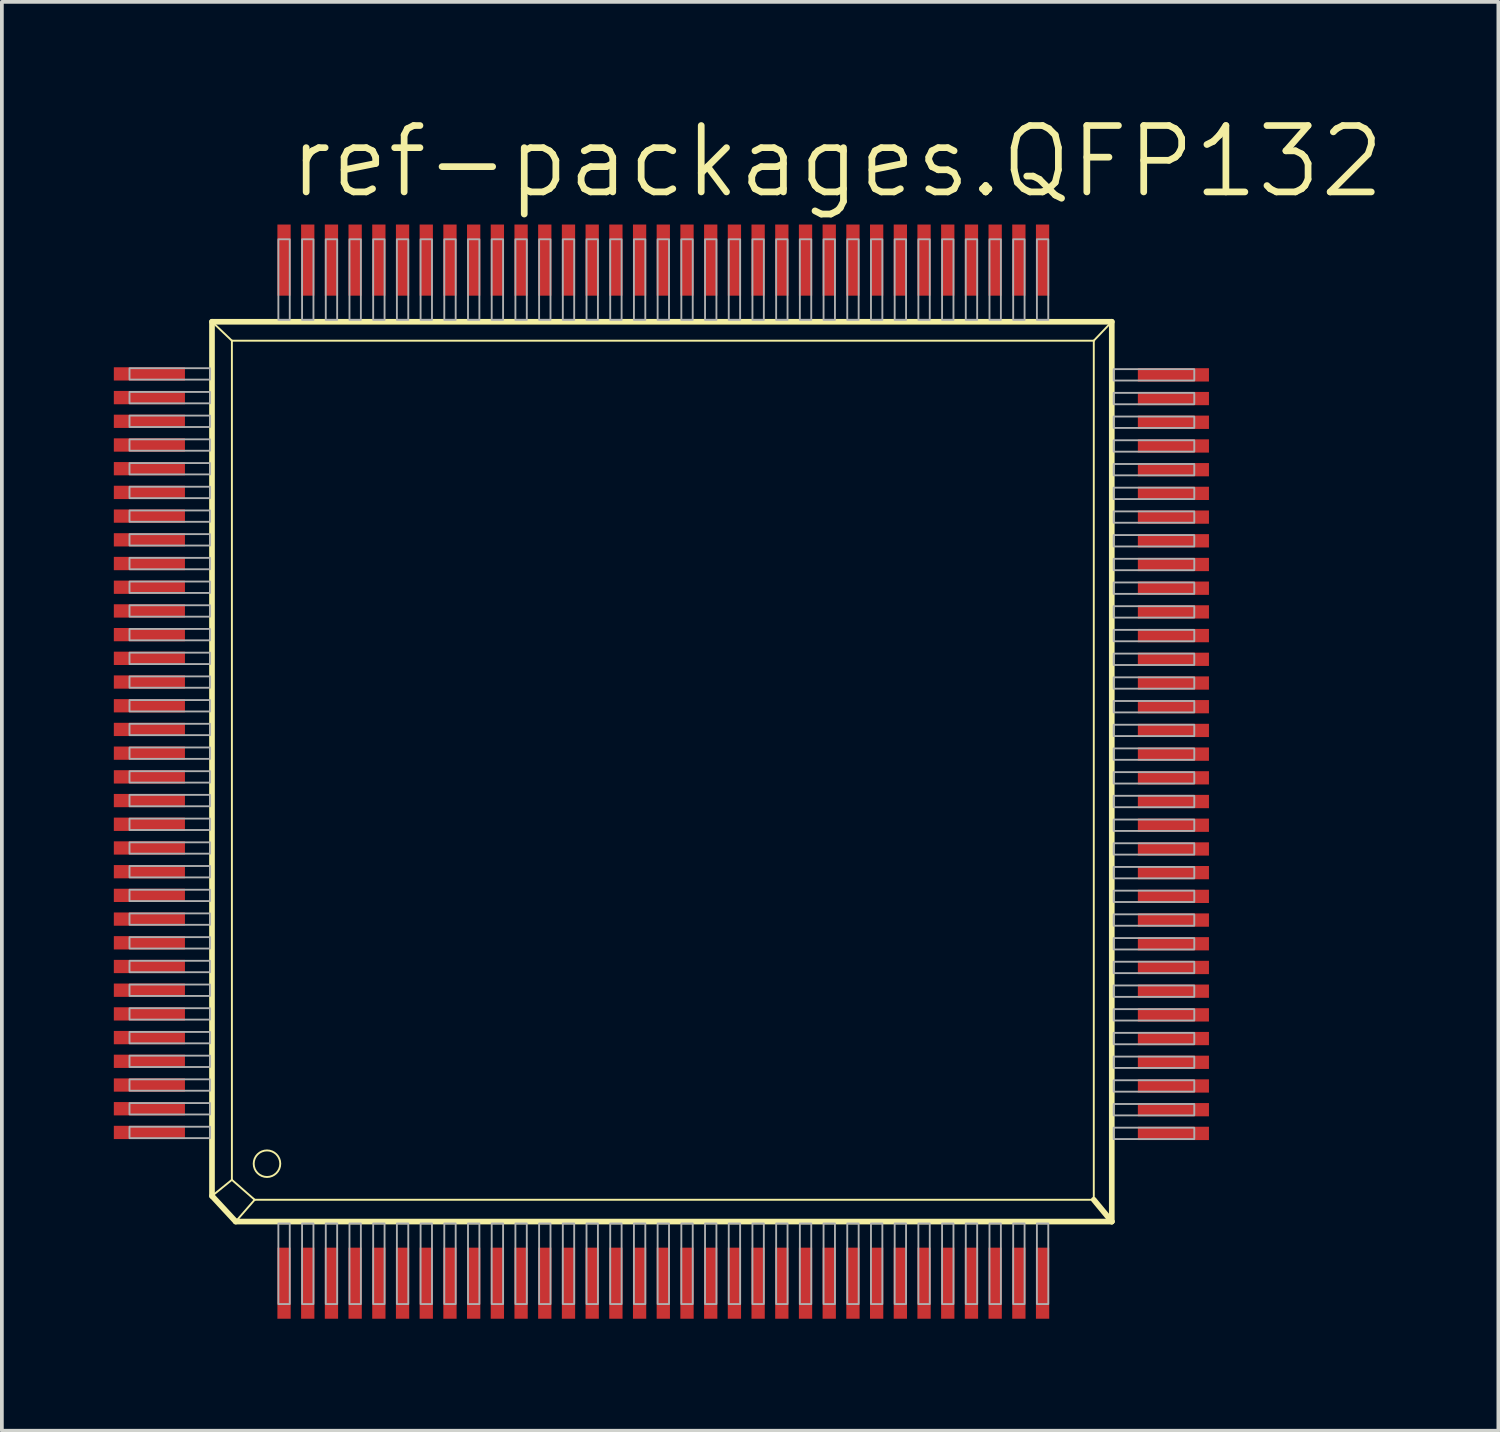
<source format=kicad_pcb>
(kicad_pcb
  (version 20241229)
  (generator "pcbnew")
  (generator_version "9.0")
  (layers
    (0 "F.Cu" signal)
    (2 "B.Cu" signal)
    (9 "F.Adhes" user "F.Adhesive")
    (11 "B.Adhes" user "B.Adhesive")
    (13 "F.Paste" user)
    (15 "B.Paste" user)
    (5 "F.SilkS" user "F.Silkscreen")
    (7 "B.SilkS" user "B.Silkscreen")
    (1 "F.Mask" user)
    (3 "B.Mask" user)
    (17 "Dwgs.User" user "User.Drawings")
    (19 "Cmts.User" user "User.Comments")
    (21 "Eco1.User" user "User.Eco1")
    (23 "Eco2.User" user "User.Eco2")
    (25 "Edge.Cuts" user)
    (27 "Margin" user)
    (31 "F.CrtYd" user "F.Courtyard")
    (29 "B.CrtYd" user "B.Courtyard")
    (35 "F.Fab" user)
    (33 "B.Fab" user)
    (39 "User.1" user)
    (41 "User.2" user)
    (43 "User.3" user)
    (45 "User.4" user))
  (footprint "ref-packages.QFP132"
    (layer "F.Cu")
    (at 14.77 17.685)
    (property "Reference" "ref-packages.QFP132" (at -10.16 -15.367 0) (layer "F.SilkS") (effects (font (size 1.778 1.778) (thickness 0.18)) (justify left bottom)))
    (attr smd)
    (fp_line (start -12.141 -12.116) (end -11.608 -11.608) (stroke (width 0.051) (type default)) (layer "F.SilkS"))
    (fp_line (start -12.141 11.303) (end -12.141 -12.116) (stroke (width 0.152) (type default)) (layer "F.SilkS"))
    (fp_line (start -12.141 11.303) (end -11.608 10.871) (stroke (width 0.051) (type default)) (layer "F.SilkS"))
    (fp_line (start -12.141 11.303) (end -11.506 11.989) (stroke (width 0.152) (type default)) (layer "F.SilkS"))
    (fp_line (start -11.608 -11.608) (end -11.608 10.871) (stroke (width 0.051) (type default)) (layer "F.SilkS"))
    (fp_line (start -11.608 -11.608) (end 11.481 -11.608) (stroke (width 0.051) (type default)) (layer "F.SilkS"))
    (fp_line (start -11.506 11.989) (end -10.998 11.405) (stroke (width 0.051) (type default)) (layer "F.SilkS"))
    (fp_line (start -11.506 11.989) (end 11.963 11.989) (stroke (width 0.152) (type default)) (layer "F.SilkS"))
    (fp_line (start -10.998 11.405) (end -11.608 10.871) (stroke (width 0.051) (type default)) (layer "F.SilkS"))
    (fp_line (start -10.998 11.405) (end 11.481 11.405) (stroke (width 0.051) (type default)) (layer "F.SilkS"))
    (fp_line (start 11.481 11.405) (end 11.481 -11.608) (stroke (width 0.051) (type default)) (layer "F.SilkS"))
    (fp_line (start 11.963 -12.116) (end -12.141 -12.116) (stroke (width 0.152) (type default)) (layer "F.SilkS"))
    (fp_line (start 11.963 -12.116) (end 11.481 -11.608) (stroke (width 0.051) (type default)) (layer "F.SilkS"))
    (fp_line (start 11.963 11.989) (end 11.481 11.405) (stroke (width 0.152) (type default)) (layer "F.SilkS"))
    (fp_line (start 11.963 11.989) (end 11.963 -12.116) (stroke (width 0.152) (type default)) (layer "F.SilkS"))
    (fp_circle (center -10.668 10.439) (end -10.312 10.439) (stroke (width 0.051) (type default)) (fill no) (layer "F.SilkS"))
    (fp_rect (start -14.351 -10.566) (end -12.192 -10.871) (stroke (width 0.05) (type default)) (fill no) (layer "F.Fab"))
    (fp_rect (start -14.351 -9.931) (end -12.192 -10.236) (stroke (width 0.05) (type default)) (fill no) (layer "F.Fab"))
    (fp_rect (start -14.351 -9.296) (end -12.192 -9.601) (stroke (width 0.05) (type default)) (fill no) (layer "F.Fab"))
    (fp_rect (start -14.351 -8.661) (end -12.192 -8.966) (stroke (width 0.05) (type default)) (fill no) (layer "F.Fab"))
    (fp_rect (start -14.351 -8.026) (end -12.192 -8.331) (stroke (width 0.05) (type default)) (fill no) (layer "F.Fab"))
    (fp_rect (start -14.351 -7.391) (end -12.192 -7.696) (stroke (width 0.05) (type default)) (fill no) (layer "F.Fab"))
    (fp_rect (start -14.351 -6.756) (end -12.192 -7.061) (stroke (width 0.05) (type default)) (fill no) (layer "F.Fab"))
    (fp_rect (start -14.351 -6.121) (end -12.192 -6.426) (stroke (width 0.05) (type default)) (fill no) (layer "F.Fab"))
    (fp_rect (start -14.351 -5.486) (end -12.192 -5.791) (stroke (width 0.05) (type default)) (fill no) (layer "F.Fab"))
    (fp_rect (start -14.351 -4.851) (end -12.192 -5.156) (stroke (width 0.05) (type default)) (fill no) (layer "F.Fab"))
    (fp_rect (start -14.351 -4.216) (end -12.192 -4.521) (stroke (width 0.05) (type default)) (fill no) (layer "F.Fab"))
    (fp_rect (start -14.351 -3.581) (end -12.192 -3.886) (stroke (width 0.05) (type default)) (fill no) (layer "F.Fab"))
    (fp_rect (start -14.351 -2.946) (end -12.192 -3.251) (stroke (width 0.05) (type default)) (fill no) (layer "F.Fab"))
    (fp_rect (start -14.351 -2.311) (end -12.192 -2.616) (stroke (width 0.05) (type default)) (fill no) (layer "F.Fab"))
    (fp_rect (start -14.351 -1.676) (end -12.192 -1.981) (stroke (width 0.05) (type default)) (fill no) (layer "F.Fab"))
    (fp_rect (start -14.351 -1.041) (end -12.192 -1.346) (stroke (width 0.05) (type default)) (fill no) (layer "F.Fab"))
    (fp_rect (start -14.351 -0.406) (end -12.192 -0.711) (stroke (width 0.05) (type default)) (fill no) (layer "F.Fab"))
    (fp_rect (start -14.351 0.229) (end -12.192 -0.076) (stroke (width 0.05) (type default)) (fill no) (layer "F.Fab"))
    (fp_rect (start -14.351 0.864) (end -12.192 0.559) (stroke (width 0.05) (type default)) (fill no) (layer "F.Fab"))
    (fp_rect (start -14.351 1.499) (end -12.192 1.194) (stroke (width 0.05) (type default)) (fill no) (layer "F.Fab"))
    (fp_rect (start -14.351 2.134) (end -12.192 1.829) (stroke (width 0.05) (type default)) (fill no) (layer "F.Fab"))
    (fp_rect (start -14.351 2.769) (end -12.192 2.464) (stroke (width 0.05) (type default)) (fill no) (layer "F.Fab"))
    (fp_rect (start -14.351 3.404) (end -12.192 3.099) (stroke (width 0.05) (type default)) (fill no) (layer "F.Fab"))
    (fp_rect (start -14.351 4.039) (end -12.192 3.734) (stroke (width 0.05) (type default)) (fill no) (layer "F.Fab"))
    (fp_rect (start -14.351 4.674) (end -12.192 4.369) (stroke (width 0.05) (type default)) (fill no) (layer "F.Fab"))
    (fp_rect (start -14.351 5.309) (end -12.192 5.004) (stroke (width 0.05) (type default)) (fill no) (layer "F.Fab"))
    (fp_rect (start -14.351 5.944) (end -12.192 5.639) (stroke (width 0.05) (type default)) (fill no) (layer "F.Fab"))
    (fp_rect (start -14.351 6.579) (end -12.192 6.274) (stroke (width 0.05) (type default)) (fill no) (layer "F.Fab"))
    (fp_rect (start -14.351 7.214) (end -12.192 6.909) (stroke (width 0.05) (type default)) (fill no) (layer "F.Fab"))
    (fp_rect (start -14.351 7.849) (end -12.192 7.544) (stroke (width 0.05) (type default)) (fill no) (layer "F.Fab"))
    (fp_rect (start -14.351 8.484) (end -12.192 8.179) (stroke (width 0.05) (type default)) (fill no) (layer "F.Fab"))
    (fp_rect (start -14.351 9.119) (end -12.192 8.814) (stroke (width 0.05) (type default)) (fill no) (layer "F.Fab"))
    (fp_rect (start -14.351 9.754) (end -12.192 9.449) (stroke (width 0.05) (type default)) (fill no) (layer "F.Fab"))
    (fp_rect (start -10.363 -12.167) (end -10.058 -14.326) (stroke (width 0.05) (type default)) (fill no) (layer "F.Fab"))
    (fp_rect (start -10.363 14.199) (end -10.058 12.04) (stroke (width 0.05) (type default)) (fill no) (layer "F.Fab"))
    (fp_rect (start -9.728 -12.167) (end -9.423 -14.326) (stroke (width 0.05) (type default)) (fill no) (layer "F.Fab"))
    (fp_rect (start -9.728 14.199) (end -9.423 12.04) (stroke (width 0.05) (type default)) (fill no) (layer "F.Fab"))
    (fp_rect (start -9.093 -12.167) (end -8.788 -14.326) (stroke (width 0.05) (type default)) (fill no) (layer "F.Fab"))
    (fp_rect (start -9.093 14.199) (end -8.788 12.04) (stroke (width 0.05) (type default)) (fill no) (layer "F.Fab"))
    (fp_rect (start -8.458 -12.167) (end -8.153 -14.326) (stroke (width 0.05) (type default)) (fill no) (layer "F.Fab"))
    (fp_rect (start -8.458 14.199) (end -8.153 12.04) (stroke (width 0.05) (type default)) (fill no) (layer "F.Fab"))
    (fp_rect (start -7.823 -12.167) (end -7.518 -14.326) (stroke (width 0.05) (type default)) (fill no) (layer "F.Fab"))
    (fp_rect (start -7.823 14.199) (end -7.518 12.04) (stroke (width 0.05) (type default)) (fill no) (layer "F.Fab"))
    (fp_rect (start -7.188 -12.167) (end -6.883 -14.326) (stroke (width 0.05) (type default)) (fill no) (layer "F.Fab"))
    (fp_rect (start -7.188 14.199) (end -6.883 12.04) (stroke (width 0.05) (type default)) (fill no) (layer "F.Fab"))
    (fp_rect (start -6.553 -12.167) (end -6.248 -14.326) (stroke (width 0.05) (type default)) (fill no) (layer "F.Fab"))
    (fp_rect (start -6.553 14.199) (end -6.248 12.04) (stroke (width 0.05) (type default)) (fill no) (layer "F.Fab"))
    (fp_rect (start -5.918 -12.167) (end -5.613 -14.326) (stroke (width 0.05) (type default)) (fill no) (layer "F.Fab"))
    (fp_rect (start -5.918 14.199) (end -5.613 12.04) (stroke (width 0.05) (type default)) (fill no) (layer "F.Fab"))
    (fp_rect (start -5.283 -12.167) (end -4.978 -14.326) (stroke (width 0.05) (type default)) (fill no) (layer "F.Fab"))
    (fp_rect (start -5.283 14.199) (end -4.978 12.04) (stroke (width 0.05) (type default)) (fill no) (layer "F.Fab"))
    (fp_rect (start -4.648 -12.167) (end -4.343 -14.326) (stroke (width 0.05) (type default)) (fill no) (layer "F.Fab"))
    (fp_rect (start -4.648 14.199) (end -4.343 12.04) (stroke (width 0.05) (type default)) (fill no) (layer "F.Fab"))
    (fp_rect (start -4.013 -12.167) (end -3.708 -14.326) (stroke (width 0.05) (type default)) (fill no) (layer "F.Fab"))
    (fp_rect (start -4.013 14.199) (end -3.708 12.04) (stroke (width 0.05) (type default)) (fill no) (layer "F.Fab"))
    (fp_rect (start -3.378 -12.167) (end -3.073 -14.326) (stroke (width 0.05) (type default)) (fill no) (layer "F.Fab"))
    (fp_rect (start -3.378 14.199) (end -3.073 12.04) (stroke (width 0.05) (type default)) (fill no) (layer "F.Fab"))
    (fp_rect (start -2.743 -12.167) (end -2.438 -14.326) (stroke (width 0.05) (type default)) (fill no) (layer "F.Fab"))
    (fp_rect (start -2.743 14.199) (end -2.438 12.04) (stroke (width 0.05) (type default)) (fill no) (layer "F.Fab"))
    (fp_rect (start -2.108 -12.167) (end -1.803 -14.326) (stroke (width 0.05) (type default)) (fill no) (layer "F.Fab"))
    (fp_rect (start -2.108 14.199) (end -1.803 12.04) (stroke (width 0.05) (type default)) (fill no) (layer "F.Fab"))
    (fp_rect (start -1.473 -12.167) (end -1.168 -14.326) (stroke (width 0.05) (type default)) (fill no) (layer "F.Fab"))
    (fp_rect (start -1.473 14.199) (end -1.168 12.04) (stroke (width 0.05) (type default)) (fill no) (layer "F.Fab"))
    (fp_rect (start -0.838 -12.167) (end -0.533 -14.326) (stroke (width 0.05) (type default)) (fill no) (layer "F.Fab"))
    (fp_rect (start -0.838 14.199) (end -0.533 12.04) (stroke (width 0.05) (type default)) (fill no) (layer "F.Fab"))
    (fp_rect (start -0.203 -12.167) (end 0.102 -14.326) (stroke (width 0.05) (type default)) (fill no) (layer "F.Fab"))
    (fp_rect (start -0.203 14.199) (end 0.102 12.04) (stroke (width 0.05) (type default)) (fill no) (layer "F.Fab"))
    (fp_rect (start 0.432 -12.167) (end 0.737 -14.326) (stroke (width 0.05) (type default)) (fill no) (layer "F.Fab"))
    (fp_rect (start 0.432 14.199) (end 0.737 12.04) (stroke (width 0.05) (type default)) (fill no) (layer "F.Fab"))
    (fp_rect (start 1.067 -12.167) (end 1.372 -14.326) (stroke (width 0.05) (type default)) (fill no) (layer "F.Fab"))
    (fp_rect (start 1.067 14.199) (end 1.372 12.04) (stroke (width 0.05) (type default)) (fill no) (layer "F.Fab"))
    (fp_rect (start 1.702 -12.167) (end 2.007 -14.326) (stroke (width 0.05) (type default)) (fill no) (layer "F.Fab"))
    (fp_rect (start 1.702 14.199) (end 2.007 12.04) (stroke (width 0.05) (type default)) (fill no) (layer "F.Fab"))
    (fp_rect (start 2.337 -12.167) (end 2.642 -14.326) (stroke (width 0.05) (type default)) (fill no) (layer "F.Fab"))
    (fp_rect (start 2.337 14.199) (end 2.642 12.04) (stroke (width 0.05) (type default)) (fill no) (layer "F.Fab"))
    (fp_rect (start 2.972 -12.167) (end 3.277 -14.326) (stroke (width 0.05) (type default)) (fill no) (layer "F.Fab"))
    (fp_rect (start 2.972 14.199) (end 3.277 12.04) (stroke (width 0.05) (type default)) (fill no) (layer "F.Fab"))
    (fp_rect (start 3.607 -12.167) (end 3.912 -14.326) (stroke (width 0.05) (type default)) (fill no) (layer "F.Fab"))
    (fp_rect (start 3.607 14.199) (end 3.912 12.04) (stroke (width 0.05) (type default)) (fill no) (layer "F.Fab"))
    (fp_rect (start 4.242 -12.167) (end 4.547 -14.326) (stroke (width 0.05) (type default)) (fill no) (layer "F.Fab"))
    (fp_rect (start 4.242 14.199) (end 4.547 12.04) (stroke (width 0.05) (type default)) (fill no) (layer "F.Fab"))
    (fp_rect (start 4.877 -12.167) (end 5.182 -14.326) (stroke (width 0.05) (type default)) (fill no) (layer "F.Fab"))
    (fp_rect (start 4.877 14.199) (end 5.182 12.04) (stroke (width 0.05) (type default)) (fill no) (layer "F.Fab"))
    (fp_rect (start 5.512 -12.167) (end 5.817 -14.326) (stroke (width 0.05) (type default)) (fill no) (layer "F.Fab"))
    (fp_rect (start 5.512 14.199) (end 5.817 12.04) (stroke (width 0.05) (type default)) (fill no) (layer "F.Fab"))
    (fp_rect (start 6.147 -12.167) (end 6.452 -14.326) (stroke (width 0.05) (type default)) (fill no) (layer "F.Fab"))
    (fp_rect (start 6.147 14.199) (end 6.452 12.04) (stroke (width 0.05) (type default)) (fill no) (layer "F.Fab"))
    (fp_rect (start 6.782 -12.167) (end 7.087 -14.326) (stroke (width 0.05) (type default)) (fill no) (layer "F.Fab"))
    (fp_rect (start 6.782 14.199) (end 7.087 12.04) (stroke (width 0.05) (type default)) (fill no) (layer "F.Fab"))
    (fp_rect (start 7.417 -12.167) (end 7.722 -14.326) (stroke (width 0.05) (type default)) (fill no) (layer "F.Fab"))
    (fp_rect (start 7.417 14.199) (end 7.722 12.04) (stroke (width 0.05) (type default)) (fill no) (layer "F.Fab"))
    (fp_rect (start 8.052 -12.167) (end 8.357 -14.326) (stroke (width 0.05) (type default)) (fill no) (layer "F.Fab"))
    (fp_rect (start 8.052 14.199) (end 8.357 12.04) (stroke (width 0.05) (type default)) (fill no) (layer "F.Fab"))
    (fp_rect (start 8.687 -12.167) (end 8.992 -14.326) (stroke (width 0.05) (type default)) (fill no) (layer "F.Fab"))
    (fp_rect (start 8.687 14.199) (end 8.992 12.04) (stroke (width 0.05) (type default)) (fill no) (layer "F.Fab"))
    (fp_rect (start 9.322 -12.167) (end 9.627 -14.326) (stroke (width 0.05) (type default)) (fill no) (layer "F.Fab"))
    (fp_rect (start 9.322 14.199) (end 9.627 12.04) (stroke (width 0.05) (type default)) (fill no) (layer "F.Fab"))
    (fp_rect (start 9.957 -12.167) (end 10.262 -14.326) (stroke (width 0.05) (type default)) (fill no) (layer "F.Fab"))
    (fp_rect (start 9.957 14.199) (end 10.262 12.04) (stroke (width 0.05) (type default)) (fill no) (layer "F.Fab"))
    (fp_rect (start 12.014 -10.541) (end 14.173 -10.846) (stroke (width 0.05) (type default)) (fill no) (layer "F.Fab"))
    (fp_rect (start 12.014 -9.906) (end 14.173 -10.211) (stroke (width 0.05) (type default)) (fill no) (layer "F.Fab"))
    (fp_rect (start 12.014 -9.271) (end 14.173 -9.576) (stroke (width 0.05) (type default)) (fill no) (layer "F.Fab"))
    (fp_rect (start 12.014 -8.636) (end 14.173 -8.941) (stroke (width 0.05) (type default)) (fill no) (layer "F.Fab"))
    (fp_rect (start 12.014 -8.001) (end 14.173 -8.306) (stroke (width 0.05) (type default)) (fill no) (layer "F.Fab"))
    (fp_rect (start 12.014 -7.366) (end 14.173 -7.671) (stroke (width 0.05) (type default)) (fill no) (layer "F.Fab"))
    (fp_rect (start 12.014 -6.731) (end 14.173 -7.036) (stroke (width 0.05) (type default)) (fill no) (layer "F.Fab"))
    (fp_rect (start 12.014 -6.096) (end 14.173 -6.401) (stroke (width 0.05) (type default)) (fill no) (layer "F.Fab"))
    (fp_rect (start 12.014 -5.461) (end 14.173 -5.766) (stroke (width 0.05) (type default)) (fill no) (layer "F.Fab"))
    (fp_rect (start 12.014 -4.826) (end 14.173 -5.131) (stroke (width 0.05) (type default)) (fill no) (layer "F.Fab"))
    (fp_rect (start 12.014 -4.191) (end 14.173 -4.496) (stroke (width 0.05) (type default)) (fill no) (layer "F.Fab"))
    (fp_rect (start 12.014 -3.556) (end 14.173 -3.861) (stroke (width 0.05) (type default)) (fill no) (layer "F.Fab"))
    (fp_rect (start 12.014 -2.921) (end 14.173 -3.226) (stroke (width 0.05) (type default)) (fill no) (layer "F.Fab"))
    (fp_rect (start 12.014 -2.286) (end 14.173 -2.591) (stroke (width 0.05) (type default)) (fill no) (layer "F.Fab"))
    (fp_rect (start 12.014 -1.651) (end 14.173 -1.956) (stroke (width 0.05) (type default)) (fill no) (layer "F.Fab"))
    (fp_rect (start 12.014 -1.016) (end 14.173 -1.321) (stroke (width 0.05) (type default)) (fill no) (layer "F.Fab"))
    (fp_rect (start 12.014 -0.381) (end 14.173 -0.686) (stroke (width 0.05) (type default)) (fill no) (layer "F.Fab"))
    (fp_rect (start 12.014 0.254) (end 14.173 -0.051) (stroke (width 0.05) (type default)) (fill no) (layer "F.Fab"))
    (fp_rect (start 12.014 0.889) (end 14.173 0.584) (stroke (width 0.05) (type default)) (fill no) (layer "F.Fab"))
    (fp_rect (start 12.014 1.524) (end 14.173 1.219) (stroke (width 0.05) (type default)) (fill no) (layer "F.Fab"))
    (fp_rect (start 12.014 2.159) (end 14.173 1.854) (stroke (width 0.05) (type default)) (fill no) (layer "F.Fab"))
    (fp_rect (start 12.014 2.794) (end 14.173 2.489) (stroke (width 0.05) (type default)) (fill no) (layer "F.Fab"))
    (fp_rect (start 12.014 3.429) (end 14.173 3.124) (stroke (width 0.05) (type default)) (fill no) (layer "F.Fab"))
    (fp_rect (start 12.014 4.064) (end 14.173 3.759) (stroke (width 0.05) (type default)) (fill no) (layer "F.Fab"))
    (fp_rect (start 12.014 4.699) (end 14.173 4.394) (stroke (width 0.05) (type default)) (fill no) (layer "F.Fab"))
    (fp_rect (start 12.014 5.334) (end 14.173 5.029) (stroke (width 0.05) (type default)) (fill no) (layer "F.Fab"))
    (fp_rect (start 12.014 5.969) (end 14.173 5.664) (stroke (width 0.05) (type default)) (fill no) (layer "F.Fab"))
    (fp_rect (start 12.014 6.604) (end 14.173 6.299) (stroke (width 0.05) (type default)) (fill no) (layer "F.Fab"))
    (fp_rect (start 12.014 7.239) (end 14.173 6.934) (stroke (width 0.05) (type default)) (fill no) (layer "F.Fab"))
    (fp_rect (start 12.014 7.874) (end 14.173 7.569) (stroke (width 0.05) (type default)) (fill no) (layer "F.Fab"))
    (fp_rect (start 12.014 8.509) (end 14.173 8.204) (stroke (width 0.05) (type default)) (fill no) (layer "F.Fab"))
    (fp_rect (start 12.014 9.144) (end 14.173 8.839) (stroke (width 0.05) (type default)) (fill no) (layer "F.Fab"))
    (fp_rect (start 12.014 9.779) (end 14.173 9.474) (stroke (width 0.05) (type default)) (fill no) (layer "F.Fab"))
    (pad "1" smd roundrect (at -10.211 13.64) (size 0.356 1.905) (layers "F.Cu" "F.Mask" "F.Paste") (roundrect_rratio 0.01))
    (pad "2" smd roundrect (at -9.576 13.64) (size 0.356 1.905) (layers "F.Cu" "F.Mask" "F.Paste") (roundrect_rratio 0.01))
    (pad "3" smd roundrect (at -8.941 13.64) (size 0.356 1.905) (layers "F.Cu" "F.Mask" "F.Paste") (roundrect_rratio 0.01))
    (pad "4" smd roundrect (at -8.306 13.64) (size 0.356 1.905) (layers "F.Cu" "F.Mask" "F.Paste") (roundrect_rratio 0.01))
    (pad "5" smd roundrect (at -7.671 13.64) (size 0.356 1.905) (layers "F.Cu" "F.Mask" "F.Paste") (roundrect_rratio 0.01))
    (pad "6" smd roundrect (at -7.036 13.64) (size 0.356 1.905) (layers "F.Cu" "F.Mask" "F.Paste") (roundrect_rratio 0.01))
    (pad "7" smd roundrect (at -6.401 13.64) (size 0.356 1.905) (layers "F.Cu" "F.Mask" "F.Paste") (roundrect_rratio 0.01))
    (pad "8" smd roundrect (at -5.766 13.64) (size 0.356 1.905) (layers "F.Cu" "F.Mask" "F.Paste") (roundrect_rratio 0.01))
    (pad "9" smd roundrect (at -5.131 13.64) (size 0.356 1.905) (layers "F.Cu" "F.Mask" "F.Paste") (roundrect_rratio 0.01))
    (pad "10" smd roundrect (at -4.496 13.64) (size 0.356 1.905) (layers "F.Cu" "F.Mask" "F.Paste") (roundrect_rratio 0.01))
    (pad "11" smd roundrect (at -3.861 13.64) (size 0.356 1.905) (layers "F.Cu" "F.Mask" "F.Paste") (roundrect_rratio 0.01))
    (pad "12" smd roundrect (at -3.226 13.64) (size 0.356 1.905) (layers "F.Cu" "F.Mask" "F.Paste") (roundrect_rratio 0.01))
    (pad "13" smd roundrect (at -2.591 13.64) (size 0.356 1.905) (layers "F.Cu" "F.Mask" "F.Paste") (roundrect_rratio 0.01))
    (pad "14" smd roundrect (at -1.956 13.64) (size 0.356 1.905) (layers "F.Cu" "F.Mask" "F.Paste") (roundrect_rratio 0.01))
    (pad "15" smd roundrect (at -1.321 13.64) (size 0.356 1.905) (layers "F.Cu" "F.Mask" "F.Paste") (roundrect_rratio 0.01))
    (pad "16" smd roundrect (at -0.686 13.64) (size 0.356 1.905) (layers "F.Cu" "F.Mask" "F.Paste") (roundrect_rratio 0.01))
    (pad "17" smd roundrect (at -0.051 13.64) (size 0.356 1.905) (layers "F.Cu" "F.Mask" "F.Paste") (roundrect_rratio 0.01))
    (pad "18" smd roundrect (at 0.584 13.64) (size 0.356 1.905) (layers "F.Cu" "F.Mask" "F.Paste") (roundrect_rratio 0.01))
    (pad "19" smd roundrect (at 1.219 13.64) (size 0.356 1.905) (layers "F.Cu" "F.Mask" "F.Paste") (roundrect_rratio 0.01))
    (pad "20" smd roundrect (at 1.854 13.64) (size 0.356 1.905) (layers "F.Cu" "F.Mask" "F.Paste") (roundrect_rratio 0.01))
    (pad "21" smd roundrect (at 2.489 13.64) (size 0.356 1.905) (layers "F.Cu" "F.Mask" "F.Paste") (roundrect_rratio 0.01))
    (pad "22" smd roundrect (at 3.124 13.64) (size 0.356 1.905) (layers "F.Cu" "F.Mask" "F.Paste") (roundrect_rratio 0.01))
    (pad "23" smd roundrect (at 3.759 13.64) (size 0.356 1.905) (layers "F.Cu" "F.Mask" "F.Paste") (roundrect_rratio 0.01))
    (pad "24" smd roundrect (at 4.394 13.64) (size 0.356 1.905) (layers "F.Cu" "F.Mask" "F.Paste") (roundrect_rratio 0.01))
    (pad "25" smd roundrect (at 5.029 13.64) (size 0.356 1.905) (layers "F.Cu" "F.Mask" "F.Paste") (roundrect_rratio 0.01))
    (pad "26" smd roundrect (at 5.664 13.64) (size 0.356 1.905) (layers "F.Cu" "F.Mask" "F.Paste") (roundrect_rratio 0.01))
    (pad "27" smd roundrect (at 6.299 13.64) (size 0.356 1.905) (layers "F.Cu" "F.Mask" "F.Paste") (roundrect_rratio 0.01))
    (pad "28" smd roundrect (at 6.934 13.64) (size 0.356 1.905) (layers "F.Cu" "F.Mask" "F.Paste") (roundrect_rratio 0.01))
    (pad "29" smd roundrect (at 7.569 13.64) (size 0.356 1.905) (layers "F.Cu" "F.Mask" "F.Paste") (roundrect_rratio 0.01))
    (pad "30" smd roundrect (at 8.204 13.64) (size 0.356 1.905) (layers "F.Cu" "F.Mask" "F.Paste") (roundrect_rratio 0.01))
    (pad "31" smd roundrect (at 8.839 13.64) (size 0.356 1.905) (layers "F.Cu" "F.Mask" "F.Paste") (roundrect_rratio 0.01))
    (pad "32" smd roundrect (at 9.474 13.64) (size 0.356 1.905) (layers "F.Cu" "F.Mask" "F.Paste") (roundrect_rratio 0.01))
    (pad "33" smd roundrect (at 10.109 13.64) (size 0.356 1.905) (layers "F.Cu" "F.Mask" "F.Paste") (roundrect_rratio 0.01))
    (pad "34" smd roundrect (at 13.614 9.627) (size 1.905 0.356) (layers "F.Cu" "F.Mask" "F.Paste") (roundrect_rratio 0.01))
    (pad "35" smd roundrect (at 13.614 8.992) (size 1.905 0.356) (layers "F.Cu" "F.Mask" "F.Paste") (roundrect_rratio 0.01))
    (pad "36" smd roundrect (at 13.614 8.357) (size 1.905 0.356) (layers "F.Cu" "F.Mask" "F.Paste") (roundrect_rratio 0.01))
    (pad "37" smd roundrect (at 13.614 7.722) (size 1.905 0.356) (layers "F.Cu" "F.Mask" "F.Paste") (roundrect_rratio 0.01))
    (pad "38" smd roundrect (at 13.614 7.087) (size 1.905 0.356) (layers "F.Cu" "F.Mask" "F.Paste") (roundrect_rratio 0.01))
    (pad "39" smd roundrect (at 13.614 6.452) (size 1.905 0.356) (layers "F.Cu" "F.Mask" "F.Paste") (roundrect_rratio 0.01))
    (pad "40" smd roundrect (at 13.614 5.817) (size 1.905 0.356) (layers "F.Cu" "F.Mask" "F.Paste") (roundrect_rratio 0.01))
    (pad "41" smd roundrect (at 13.614 5.182) (size 1.905 0.356) (layers "F.Cu" "F.Mask" "F.Paste") (roundrect_rratio 0.01))
    (pad "42" smd roundrect (at 13.614 4.547) (size 1.905 0.356) (layers "F.Cu" "F.Mask" "F.Paste") (roundrect_rratio 0.01))
    (pad "43" smd roundrect (at 13.614 3.912) (size 1.905 0.356) (layers "F.Cu" "F.Mask" "F.Paste") (roundrect_rratio 0.01))
    (pad "44" smd roundrect (at 13.614 3.277) (size 1.905 0.356) (layers "F.Cu" "F.Mask" "F.Paste") (roundrect_rratio 0.01))
    (pad "45" smd roundrect (at 13.614 2.642) (size 1.905 0.356) (layers "F.Cu" "F.Mask" "F.Paste") (roundrect_rratio 0.01))
    (pad "46" smd roundrect (at 13.614 2.007) (size 1.905 0.356) (layers "F.Cu" "F.Mask" "F.Paste") (roundrect_rratio 0.01))
    (pad "47" smd roundrect (at 13.614 1.372) (size 1.905 0.356) (layers "F.Cu" "F.Mask" "F.Paste") (roundrect_rratio 0.01))
    (pad "48" smd roundrect (at 13.614 0.737) (size 1.905 0.356) (layers "F.Cu" "F.Mask" "F.Paste") (roundrect_rratio 0.01))
    (pad "49" smd roundrect (at 13.614 0.102) (size 1.905 0.356) (layers "F.Cu" "F.Mask" "F.Paste") (roundrect_rratio 0.01))
    (pad "50" smd roundrect (at 13.614 -0.533) (size 1.905 0.356) (layers "F.Cu" "F.Mask" "F.Paste") (roundrect_rratio 0.01))
    (pad "51" smd roundrect (at 13.614 -1.168) (size 1.905 0.356) (layers "F.Cu" "F.Mask" "F.Paste") (roundrect_rratio 0.01))
    (pad "52" smd roundrect (at 13.614 -1.803) (size 1.905 0.356) (layers "F.Cu" "F.Mask" "F.Paste") (roundrect_rratio 0.01))
    (pad "53" smd roundrect (at 13.614 -2.438) (size 1.905 0.356) (layers "F.Cu" "F.Mask" "F.Paste") (roundrect_rratio 0.01))
    (pad "54" smd roundrect (at 13.614 -3.073) (size 1.905 0.356) (layers "F.Cu" "F.Mask" "F.Paste") (roundrect_rratio 0.01))
    (pad "55" smd roundrect (at 13.614 -3.708) (size 1.905 0.356) (layers "F.Cu" "F.Mask" "F.Paste") (roundrect_rratio 0.01))
    (pad "56" smd roundrect (at 13.614 -4.343) (size 1.905 0.356) (layers "F.Cu" "F.Mask" "F.Paste") (roundrect_rratio 0.01))
    (pad "57" smd roundrect (at 13.614 -4.978) (size 1.905 0.356) (layers "F.Cu" "F.Mask" "F.Paste") (roundrect_rratio 0.01))
    (pad "58" smd roundrect (at 13.614 -5.613) (size 1.905 0.356) (layers "F.Cu" "F.Mask" "F.Paste") (roundrect_rratio 0.01))
    (pad "59" smd roundrect (at 13.614 -6.248) (size 1.905 0.356) (layers "F.Cu" "F.Mask" "F.Paste") (roundrect_rratio 0.01))
    (pad "60" smd roundrect (at 13.614 -6.883) (size 1.905 0.356) (layers "F.Cu" "F.Mask" "F.Paste") (roundrect_rratio 0.01))
    (pad "61" smd roundrect (at 13.614 -7.518) (size 1.905 0.356) (layers "F.Cu" "F.Mask" "F.Paste") (roundrect_rratio 0.01))
    (pad "62" smd roundrect (at 13.614 -8.153) (size 1.905 0.356) (layers "F.Cu" "F.Mask" "F.Paste") (roundrect_rratio 0.01))
    (pad "63" smd roundrect (at 13.614 -8.788) (size 1.905 0.356) (layers "F.Cu" "F.Mask" "F.Paste") (roundrect_rratio 0.01))
    (pad "64" smd roundrect (at 13.614 -9.423) (size 1.905 0.356) (layers "F.Cu" "F.Mask" "F.Paste") (roundrect_rratio 0.01))
    (pad "65" smd roundrect (at 13.614 -10.058) (size 1.905 0.356) (layers "F.Cu" "F.Mask" "F.Paste") (roundrect_rratio 0.01))
    (pad "66" smd roundrect (at 13.614 -10.693) (size 1.905 0.356) (layers "F.Cu" "F.Mask" "F.Paste") (roundrect_rratio 0.01))
    (pad "67" smd roundrect (at 10.109 -13.767) (size 0.356 1.905) (layers "F.Cu" "F.Mask" "F.Paste") (roundrect_rratio 0.01))
    (pad "68" smd roundrect (at 9.474 -13.767) (size 0.356 1.905) (layers "F.Cu" "F.Mask" "F.Paste") (roundrect_rratio 0.01))
    (pad "69" smd roundrect (at 8.839 -13.767) (size 0.356 1.905) (layers "F.Cu" "F.Mask" "F.Paste") (roundrect_rratio 0.01))
    (pad "70" smd roundrect (at 8.204 -13.767) (size 0.356 1.905) (layers "F.Cu" "F.Mask" "F.Paste") (roundrect_rratio 0.01))
    (pad "71" smd roundrect (at 7.569 -13.767) (size 0.356 1.905) (layers "F.Cu" "F.Mask" "F.Paste") (roundrect_rratio 0.01))
    (pad "72" smd roundrect (at 6.934 -13.767) (size 0.356 1.905) (layers "F.Cu" "F.Mask" "F.Paste") (roundrect_rratio 0.01))
    (pad "73" smd roundrect (at 6.299 -13.767) (size 0.356 1.905) (layers "F.Cu" "F.Mask" "F.Paste") (roundrect_rratio 0.01))
    (pad "74" smd roundrect (at 5.664 -13.767) (size 0.356 1.905) (layers "F.Cu" "F.Mask" "F.Paste") (roundrect_rratio 0.01))
    (pad "75" smd roundrect (at 5.029 -13.767) (size 0.356 1.905) (layers "F.Cu" "F.Mask" "F.Paste") (roundrect_rratio 0.01))
    (pad "76" smd roundrect (at 4.394 -13.767) (size 0.356 1.905) (layers "F.Cu" "F.Mask" "F.Paste") (roundrect_rratio 0.01))
    (pad "77" smd roundrect (at 3.759 -13.767) (size 0.356 1.905) (layers "F.Cu" "F.Mask" "F.Paste") (roundrect_rratio 0.01))
    (pad "78" smd roundrect (at 3.124 -13.767) (size 0.356 1.905) (layers "F.Cu" "F.Mask" "F.Paste") (roundrect_rratio 0.01))
    (pad "79" smd roundrect (at 2.489 -13.767) (size 0.356 1.905) (layers "F.Cu" "F.Mask" "F.Paste") (roundrect_rratio 0.01))
    (pad "80" smd roundrect (at 1.854 -13.767) (size 0.356 1.905) (layers "F.Cu" "F.Mask" "F.Paste") (roundrect_rratio 0.01))
    (pad "81" smd roundrect (at 1.219 -13.767) (size 0.356 1.905) (layers "F.Cu" "F.Mask" "F.Paste") (roundrect_rratio 0.01))
    (pad "82" smd roundrect (at 0.584 -13.767) (size 0.356 1.905) (layers "F.Cu" "F.Mask" "F.Paste") (roundrect_rratio 0.01))
    (pad "83" smd roundrect (at -0.051 -13.767) (size 0.356 1.905) (layers "F.Cu" "F.Mask" "F.Paste") (roundrect_rratio 0.01))
    (pad "84" smd roundrect (at -0.686 -13.767) (size 0.356 1.905) (layers "F.Cu" "F.Mask" "F.Paste") (roundrect_rratio 0.01))
    (pad "85" smd roundrect (at -1.321 -13.767) (size 0.356 1.905) (layers "F.Cu" "F.Mask" "F.Paste") (roundrect_rratio 0.01))
    (pad "86" smd roundrect (at -1.956 -13.767) (size 0.356 1.905) (layers "F.Cu" "F.Mask" "F.Paste") (roundrect_rratio 0.01))
    (pad "87" smd roundrect (at -2.591 -13.767) (size 0.356 1.905) (layers "F.Cu" "F.Mask" "F.Paste") (roundrect_rratio 0.01))
    (pad "88" smd roundrect (at -3.226 -13.767) (size 0.356 1.905) (layers "F.Cu" "F.Mask" "F.Paste") (roundrect_rratio 0.01))
    (pad "89" smd roundrect (at -3.861 -13.767) (size 0.356 1.905) (layers "F.Cu" "F.Mask" "F.Paste") (roundrect_rratio 0.01))
    (pad "90" smd roundrect (at -4.496 -13.767) (size 0.356 1.905) (layers "F.Cu" "F.Mask" "F.Paste") (roundrect_rratio 0.01))
    (pad "91" smd roundrect (at -5.131 -13.767) (size 0.356 1.905) (layers "F.Cu" "F.Mask" "F.Paste") (roundrect_rratio 0.01))
    (pad "92" smd roundrect (at -5.766 -13.767) (size 0.356 1.905) (layers "F.Cu" "F.Mask" "F.Paste") (roundrect_rratio 0.01))
    (pad "93" smd roundrect (at -6.401 -13.767) (size 0.356 1.905) (layers "F.Cu" "F.Mask" "F.Paste") (roundrect_rratio 0.01))
    (pad "94" smd roundrect (at -7.036 -13.767) (size 0.356 1.905) (layers "F.Cu" "F.Mask" "F.Paste") (roundrect_rratio 0.01))
    (pad "95" smd roundrect (at -7.671 -13.767) (size 0.356 1.905) (layers "F.Cu" "F.Mask" "F.Paste") (roundrect_rratio 0.01))
    (pad "96" smd roundrect (at -8.306 -13.767) (size 0.356 1.905) (layers "F.Cu" "F.Mask" "F.Paste") (roundrect_rratio 0.01))
    (pad "97" smd roundrect (at -8.941 -13.767) (size 0.356 1.905) (layers "F.Cu" "F.Mask" "F.Paste") (roundrect_rratio 0.01))
    (pad "98" smd roundrect (at -9.576 -13.767) (size 0.356 1.905) (layers "F.Cu" "F.Mask" "F.Paste") (roundrect_rratio 0.01))
    (pad "99" smd roundrect (at -10.211 -13.767) (size 0.356 1.905) (layers "F.Cu" "F.Mask" "F.Paste") (roundrect_rratio 0.01))
    (pad "100" smd roundrect (at -13.818 -10.719) (size 1.905 0.356) (layers "F.Cu" "F.Mask" "F.Paste") (roundrect_rratio 0.01))
    (pad "101" smd roundrect (at -13.818 -10.084) (size 1.905 0.356) (layers "F.Cu" "F.Mask" "F.Paste") (roundrect_rratio 0.01))
    (pad "102" smd roundrect (at -13.818 -9.449) (size 1.905 0.356) (layers "F.Cu" "F.Mask" "F.Paste") (roundrect_rratio 0.01))
    (pad "103" smd roundrect (at -13.818 -8.814) (size 1.905 0.356) (layers "F.Cu" "F.Mask" "F.Paste") (roundrect_rratio 0.01))
    (pad "104" smd roundrect (at -13.818 -8.179) (size 1.905 0.356) (layers "F.Cu" "F.Mask" "F.Paste") (roundrect_rratio 0.01))
    (pad "105" smd roundrect (at -13.818 -7.544) (size 1.905 0.356) (layers "F.Cu" "F.Mask" "F.Paste") (roundrect_rratio 0.01))
    (pad "106" smd roundrect (at -13.818 -6.909) (size 1.905 0.356) (layers "F.Cu" "F.Mask" "F.Paste") (roundrect_rratio 0.01))
    (pad "107" smd roundrect (at -13.818 -6.274) (size 1.905 0.356) (layers "F.Cu" "F.Mask" "F.Paste") (roundrect_rratio 0.01))
    (pad "108" smd roundrect (at -13.818 -5.639) (size 1.905 0.356) (layers "F.Cu" "F.Mask" "F.Paste") (roundrect_rratio 0.01))
    (pad "109" smd roundrect (at -13.818 -5.004) (size 1.905 0.356) (layers "F.Cu" "F.Mask" "F.Paste") (roundrect_rratio 0.01))
    (pad "110" smd roundrect (at -13.818 -4.369) (size 1.905 0.356) (layers "F.Cu" "F.Mask" "F.Paste") (roundrect_rratio 0.01))
    (pad "111" smd roundrect (at -13.818 -3.734) (size 1.905 0.356) (layers "F.Cu" "F.Mask" "F.Paste") (roundrect_rratio 0.01))
    (pad "112" smd roundrect (at -13.818 -3.099) (size 1.905 0.356) (layers "F.Cu" "F.Mask" "F.Paste") (roundrect_rratio 0.01))
    (pad "113" smd roundrect (at -13.818 -2.464) (size 1.905 0.356) (layers "F.Cu" "F.Mask" "F.Paste") (roundrect_rratio 0.01))
    (pad "114" smd roundrect (at -13.818 -1.829) (size 1.905 0.356) (layers "F.Cu" "F.Mask" "F.Paste") (roundrect_rratio 0.01))
    (pad "115" smd roundrect (at -13.818 -1.194) (size 1.905 0.356) (layers "F.Cu" "F.Mask" "F.Paste") (roundrect_rratio 0.01))
    (pad "116" smd roundrect (at -13.818 -0.559) (size 1.905 0.356) (layers "F.Cu" "F.Mask" "F.Paste") (roundrect_rratio 0.01))
    (pad "117" smd roundrect (at -13.818 0.076) (size 1.905 0.356) (layers "F.Cu" "F.Mask" "F.Paste") (roundrect_rratio 0.01))
    (pad "118" smd roundrect (at -13.818 0.711) (size 1.905 0.356) (layers "F.Cu" "F.Mask" "F.Paste") (roundrect_rratio 0.01))
    (pad "119" smd roundrect (at -13.818 1.346) (size 1.905 0.356) (layers "F.Cu" "F.Mask" "F.Paste") (roundrect_rratio 0.01))
    (pad "120" smd roundrect (at -13.818 1.981) (size 1.905 0.356) (layers "F.Cu" "F.Mask" "F.Paste") (roundrect_rratio 0.01))
    (pad "121" smd roundrect (at -13.818 2.616) (size 1.905 0.356) (layers "F.Cu" "F.Mask" "F.Paste") (roundrect_rratio 0.01))
    (pad "122" smd roundrect (at -13.818 3.251) (size 1.905 0.356) (layers "F.Cu" "F.Mask" "F.Paste") (roundrect_rratio 0.01))
    (pad "123" smd roundrect (at -13.818 3.886) (size 1.905 0.356) (layers "F.Cu" "F.Mask" "F.Paste") (roundrect_rratio 0.01))
    (pad "124" smd roundrect (at -13.818 4.521) (size 1.905 0.356) (layers "F.Cu" "F.Mask" "F.Paste") (roundrect_rratio 0.01))
    (pad "125" smd roundrect (at -13.818 5.156) (size 1.905 0.356) (layers "F.Cu" "F.Mask" "F.Paste") (roundrect_rratio 0.01))
    (pad "126" smd roundrect (at -13.818 5.791) (size 1.905 0.356) (layers "F.Cu" "F.Mask" "F.Paste") (roundrect_rratio 0.01))
    (pad "127" smd roundrect (at -13.818 6.426) (size 1.905 0.356) (layers "F.Cu" "F.Mask" "F.Paste") (roundrect_rratio 0.01))
    (pad "128" smd roundrect (at -13.818 7.061) (size 1.905 0.356) (layers "F.Cu" "F.Mask" "F.Paste") (roundrect_rratio 0.01))
    (pad "129" smd roundrect (at -13.818 7.696) (size 1.905 0.356) (layers "F.Cu" "F.Mask" "F.Paste") (roundrect_rratio 0.01))
    (pad "130" smd roundrect (at -13.818 8.331) (size 1.905 0.356) (layers "F.Cu" "F.Mask" "F.Paste") (roundrect_rratio 0.01))
    (pad "131" smd roundrect (at -13.818 8.966) (size 1.905 0.356) (layers "F.Cu" "F.Mask" "F.Paste") (roundrect_rratio 0.01))
    (pad "132" smd roundrect (at -13.818 9.601) (size 1.905 0.356) (layers "F.Cu" "F.Mask" "F.Paste") (roundrect_rratio 0.01)))
  (gr_rect
    (start -3 -3)
    (end 37.089 35.277)
    (stroke (width 0.1) (type default))
    (fill no)
    (layer "Edge.Cuts")))
</source>
